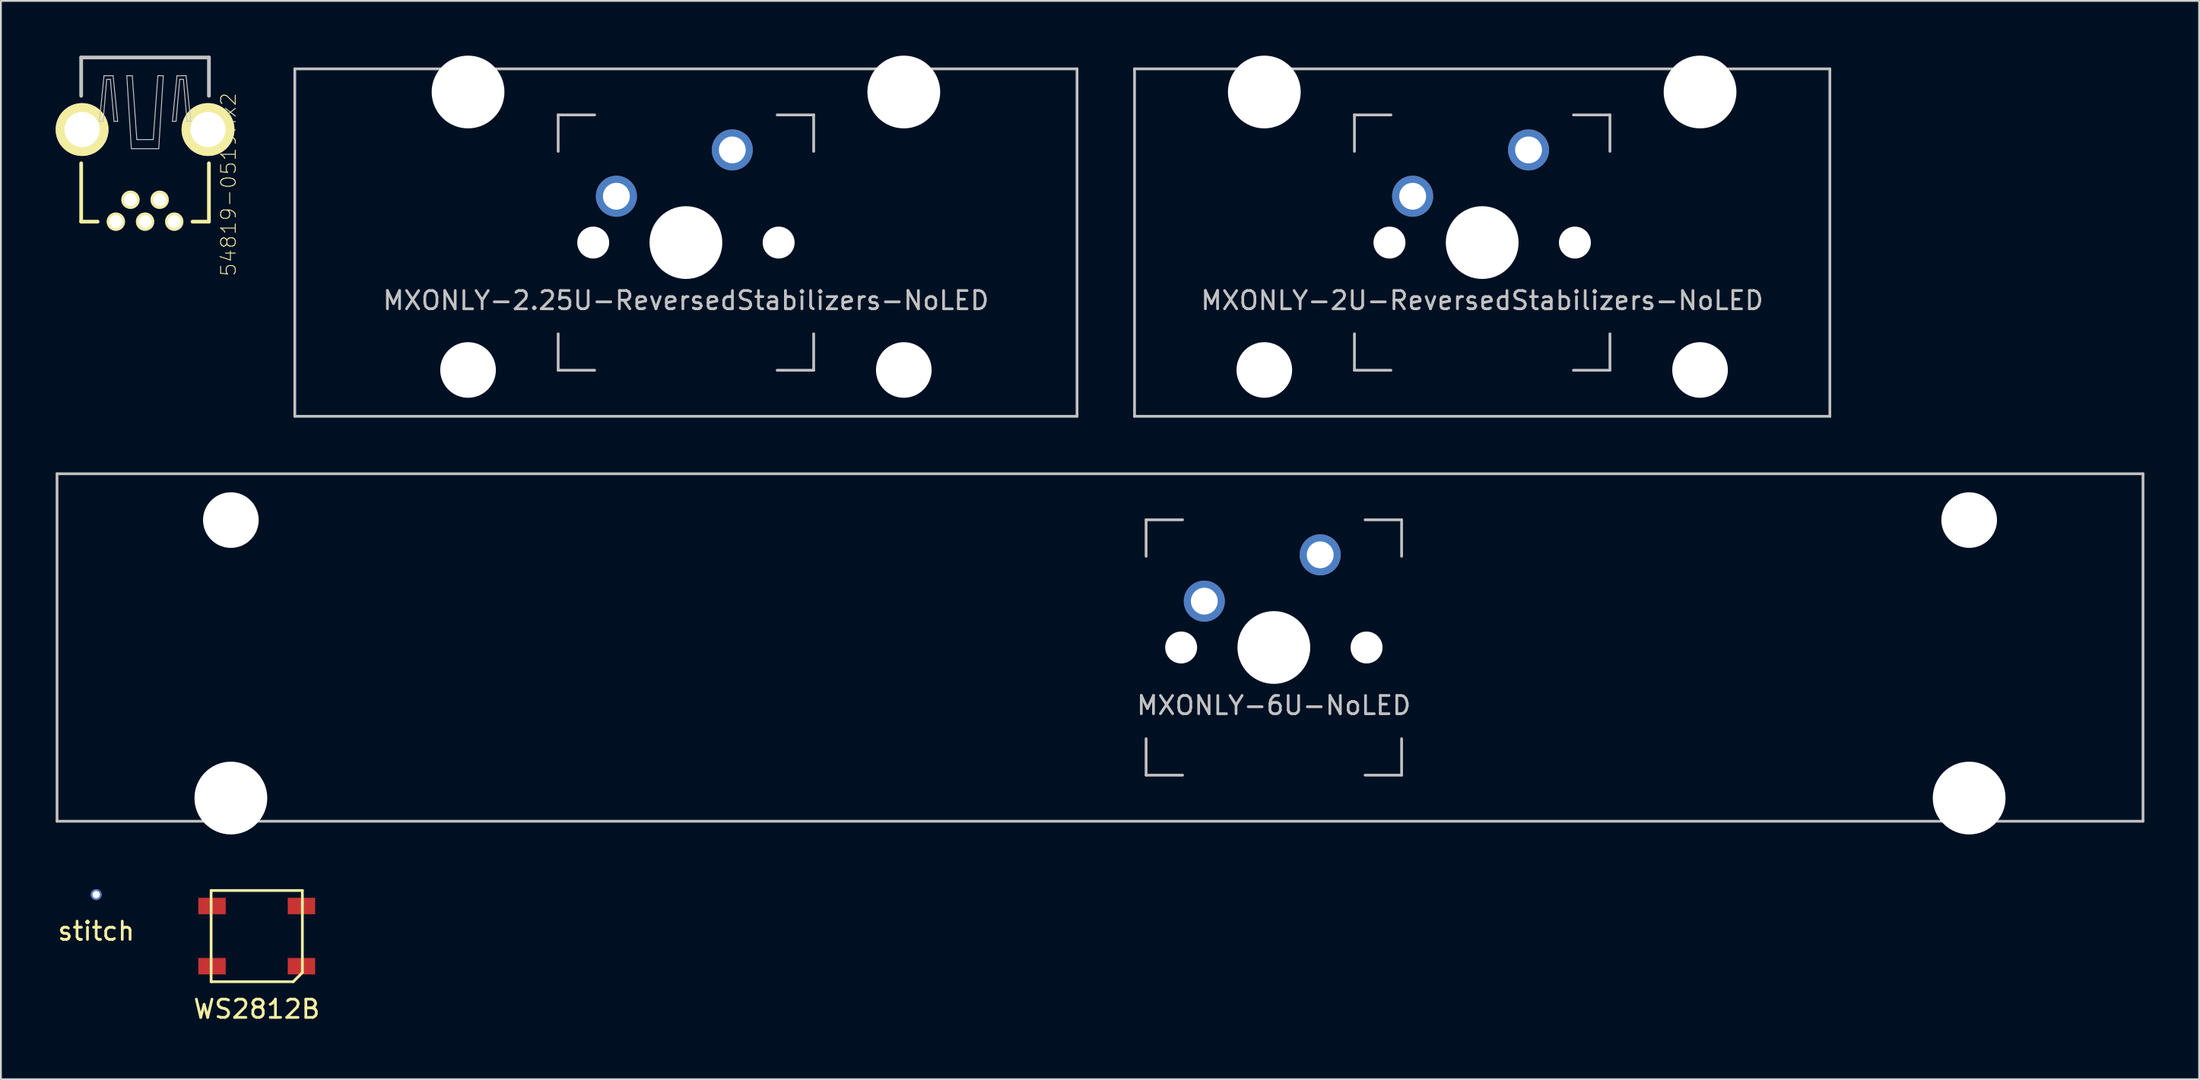
<source format=kicad_pcb>
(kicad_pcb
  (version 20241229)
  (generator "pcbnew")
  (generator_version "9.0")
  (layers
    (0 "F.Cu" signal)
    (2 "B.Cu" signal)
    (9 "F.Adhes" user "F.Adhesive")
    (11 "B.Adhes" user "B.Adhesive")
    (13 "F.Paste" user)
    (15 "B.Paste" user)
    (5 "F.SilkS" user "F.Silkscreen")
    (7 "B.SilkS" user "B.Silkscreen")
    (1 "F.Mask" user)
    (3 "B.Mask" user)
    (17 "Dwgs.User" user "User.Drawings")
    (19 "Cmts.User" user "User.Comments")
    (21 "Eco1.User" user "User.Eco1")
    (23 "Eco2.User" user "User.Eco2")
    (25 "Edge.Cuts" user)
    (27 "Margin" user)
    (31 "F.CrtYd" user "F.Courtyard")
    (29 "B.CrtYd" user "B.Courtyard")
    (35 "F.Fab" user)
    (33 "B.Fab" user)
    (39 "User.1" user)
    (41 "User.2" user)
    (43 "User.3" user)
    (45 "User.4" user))
  (footprint "MXONLY-2U-ReversedStabilizers-NoLED"
    (layer "F.Cu")
    (at 78.166 10.249)
    (property "Reference" "MXONLY-2U-ReversedStabilizers-NoLED" (at 0 3.175 0) (layer "Dwgs.User") (effects (font (size 1 1) (thickness 0.15))))
    (attr through_hole)
    (fp_line (start -19.05 -9.525) (end 19.05 -9.525) (stroke (width 0.15) (type solid)) (layer "Dwgs.User"))
    (fp_line (start -19.05 9.525) (end -19.05 -9.525) (stroke (width 0.15) (type solid)) (layer "Dwgs.User"))
    (fp_line (start -19.05 9.525) (end 19.05 9.525) (stroke (width 0.15) (type solid)) (layer "Dwgs.User"))
    (fp_line (start -7 -7) (end -7 -5) (stroke (width 0.15) (type solid)) (layer "Dwgs.User"))
    (fp_line (start -7 5) (end -7 7) (stroke (width 0.15) (type solid)) (layer "Dwgs.User"))
    (fp_line (start -7 7) (end -5 7) (stroke (width 0.15) (type solid)) (layer "Dwgs.User"))
    (fp_line (start -5 -7) (end -7 -7) (stroke (width 0.15) (type solid)) (layer "Dwgs.User"))
    (fp_line (start 5 -7) (end 7 -7) (stroke (width 0.15) (type solid)) (layer "Dwgs.User"))
    (fp_line (start 5 7) (end 7 7) (stroke (width 0.15) (type solid)) (layer "Dwgs.User"))
    (fp_line (start 7 -7) (end 7 -5) (stroke (width 0.15) (type solid)) (layer "Dwgs.User"))
    (fp_line (start 7 7) (end 7 5) (stroke (width 0.15) (type solid)) (layer "Dwgs.User"))
    (fp_line (start 19.05 -9.525) (end 19.05 9.525) (stroke (width 0.15) (type solid)) (layer "Dwgs.User"))
    (pad "" np_thru_hole circle (at -11.938 -8.255) (size 3.988 3.988) (drill 3.988) (layers "*.Cu" "*.Mask"))
    (pad "" np_thru_hole circle (at -11.938 6.985) (size 3.048 3.048) (drill 3.048) (layers "*.Cu" "*.Mask"))
    (pad "" np_thru_hole circle (at -5.08 0 48.1) (size 1.75 1.75) (drill 1.75) (layers "*.Cu" "*.Mask"))
    (pad "" np_thru_hole circle (at 0 0) (size 3.988 3.988) (drill 3.988) (layers "*.Cu" "*.Mask"))
    (pad "" np_thru_hole circle (at 5.08 0 48.1) (size 1.75 1.75) (drill 1.75) (layers "*.Cu" "*.Mask"))
    (pad "" np_thru_hole circle (at 11.938 -8.255) (size 3.988 3.988) (drill 3.988) (layers "*.Cu" "*.Mask"))
    (pad "" np_thru_hole circle (at 11.938 6.985) (size 3.048 3.048) (drill 3.048) (layers "*.Cu" "*.Mask"))
    (pad "1" thru_hole circle (at 2.54 -5.08) (size 2.25 2.25) (drill 1.47) (layers "*.Cu" "B.Mask"))
    (pad "2" thru_hole circle (at -3.81 -2.54 48.1) (size 2.25 2.25) (drill 1.47) (layers "*.Cu" "B.Mask")))
  (footprint "MXONLY-2.25U-ReversedStabilizers-NoLED"
    (layer "F.Cu")
    (at 34.535 10.249)
    (property "Reference" "MXONLY-2.25U-ReversedStabilizers-NoLED" (at 0 3.175 0) (layer "Dwgs.User") (effects (font (size 1 1) (thickness 0.15))))
    (attr through_hole)
    (fp_line (start -21.431 -9.525) (end 21.431 -9.525) (stroke (width 0.15) (type solid)) (layer "Dwgs.User"))
    (fp_line (start -21.431 9.525) (end -21.431 -9.525) (stroke (width 0.15) (type solid)) (layer "Dwgs.User"))
    (fp_line (start -21.431 9.525) (end 21.431 9.525) (stroke (width 0.15) (type solid)) (layer "Dwgs.User"))
    (fp_line (start -7 -7) (end -7 -5) (stroke (width 0.15) (type solid)) (layer "Dwgs.User"))
    (fp_line (start -7 5) (end -7 7) (stroke (width 0.15) (type solid)) (layer "Dwgs.User"))
    (fp_line (start -7 7) (end -5 7) (stroke (width 0.15) (type solid)) (layer "Dwgs.User"))
    (fp_line (start -5 -7) (end -7 -7) (stroke (width 0.15) (type solid)) (layer "Dwgs.User"))
    (fp_line (start 5 -7) (end 7 -7) (stroke (width 0.15) (type solid)) (layer "Dwgs.User"))
    (fp_line (start 5 7) (end 7 7) (stroke (width 0.15) (type solid)) (layer "Dwgs.User"))
    (fp_line (start 7 -7) (end 7 -5) (stroke (width 0.15) (type solid)) (layer "Dwgs.User"))
    (fp_line (start 7 7) (end 7 5) (stroke (width 0.15) (type solid)) (layer "Dwgs.User"))
    (fp_line (start 21.431 -9.525) (end 21.431 9.525) (stroke (width 0.15) (type solid)) (layer "Dwgs.User"))
    (pad "" np_thru_hole circle (at -11.938 -8.255) (size 3.988 3.988) (drill 3.988) (layers "*.Cu" "*.Mask"))
    (pad "" np_thru_hole circle (at -11.938 6.985) (size 3.048 3.048) (drill 3.048) (layers "*.Cu" "*.Mask"))
    (pad "" np_thru_hole circle (at -5.08 0 48.1) (size 1.75 1.75) (drill 1.75) (layers "*.Cu" "*.Mask"))
    (pad "" np_thru_hole circle (at 0 0) (size 3.988 3.988) (drill 3.988) (layers "*.Cu" "*.Mask"))
    (pad "" np_thru_hole circle (at 5.08 0 48.1) (size 1.75 1.75) (drill 1.75) (layers "*.Cu" "*.Mask"))
    (pad "" np_thru_hole circle (at 11.938 -8.255) (size 3.988 3.988) (drill 3.988) (layers "*.Cu" "*.Mask"))
    (pad "" np_thru_hole circle (at 11.938 6.985) (size 3.048 3.048) (drill 3.048) (layers "*.Cu" "*.Mask"))
    (pad "1" thru_hole circle (at 2.54 -5.08) (size 2.25 2.25) (drill 1.47) (layers "*.Cu" "B.Mask"))
    (pad "2" thru_hole circle (at -3.81 -2.54 48.1) (size 2.25 2.25) (drill 1.47) (layers "*.Cu" "B.Mask")))
  (footprint "54819-0519fix2"
    (layer "F.Cu")
    (at 4.898 9.102)
    (property "Reference" "54819-0519fix2" (at 4.575 -2.033 90) (layer "F.SilkS") (effects (font (size 0.801 0.801) (thickness 0.05))))
    (attr through_hole)
    (fp_line (start -3.5 -3.2) (end -3.5 0) (stroke (width 0.203) (type solid)) (layer "F.SilkS"))
    (fp_line (start -3.5 0) (end -2.6 0) (stroke (width 0.203) (type solid)) (layer "F.SilkS"))
    (fp_line (start 2.6 0) (end 3.5 0) (stroke (width 0.203) (type solid)) (layer "F.SilkS"))
    (fp_line (start 3.5 0) (end 3.5 -3.2) (stroke (width 0.203) (type solid)) (layer "F.SilkS"))
    (fp_line (start -3.5 -9) (end -3.5 -6.9) (stroke (width 0.203) (type solid)) (layer "Dwgs.User"))
    (fp_line (start -3.5 -9) (end 3.5 -9) (stroke (width 0.203) (type solid)) (layer "Dwgs.User"))
    (fp_line (start -2.5 -5.5) (end -2.3 -5.5) (stroke (width 0.051) (type solid)) (layer "Dwgs.User"))
    (fp_line (start -2.3 -5.5) (end -2.1 -7.8) (stroke (width 0.051) (type solid)) (layer "Dwgs.User"))
    (fp_line (start -2.25 -8) (end -2.5 -5.5) (stroke (width 0.051) (type solid)) (layer "Dwgs.User"))
    (fp_line (start -2.25 -8) (end -1.75 -8) (stroke (width 0.051) (type solid)) (layer "Dwgs.User"))
    (fp_line (start -2.1 -7.8) (end -1.9 -7.8) (stroke (width 0.051) (type solid)) (layer "Dwgs.User"))
    (fp_line (start -1.9 -7.8) (end -1.7 -5.5) (stroke (width 0.051) (type solid)) (layer "Dwgs.User"))
    (fp_line (start -1.75 -8) (end -1.5 -5.5) (stroke (width 0.051) (type solid)) (layer "Dwgs.User"))
    (fp_line (start -1.7 -5.5) (end -1.5 -5.5) (stroke (width 0.051) (type solid)) (layer "Dwgs.User"))
    (fp_line (start -0.75 -4) (end -1 -8) (stroke (width 0.051) (type solid)) (layer "Dwgs.User"))
    (fp_line (start -0.75 -4) (end 0.75 -4) (stroke (width 0.051) (type solid)) (layer "Dwgs.User"))
    (fp_line (start -0.7 -8) (end -1 -8) (stroke (width 0.051) (type solid)) (layer "Dwgs.User"))
    (fp_line (start -0.7 -8) (end -0.45 -4.5) (stroke (width 0.051) (type solid)) (layer "Dwgs.User"))
    (fp_line (start -0.45 -4.5) (end 0.45 -4.5) (stroke (width 0.051) (type solid)) (layer "Dwgs.User"))
    (fp_line (start 0.45 -4.5) (end 0.7 -8) (stroke (width 0.051) (type solid)) (layer "Dwgs.User"))
    (fp_line (start 0.7 -8) (end 1 -8) (stroke (width 0.051) (type solid)) (layer "Dwgs.User"))
    (fp_line (start 0.75 -4) (end 1 -8) (stroke (width 0.051) (type solid)) (layer "Dwgs.User"))
    (fp_line (start 1.5 -5.5) (end 1.7 -5.5) (stroke (width 0.051) (type solid)) (layer "Dwgs.User"))
    (fp_line (start 1.7 -5.5) (end 1.9 -7.8) (stroke (width 0.051) (type solid)) (layer "Dwgs.User"))
    (fp_line (start 1.75 -8) (end 1.5 -5.5) (stroke (width 0.051) (type solid)) (layer "Dwgs.User"))
    (fp_line (start 1.75 -8) (end 2.25 -8) (stroke (width 0.051) (type solid)) (layer "Dwgs.User"))
    (fp_line (start 1.9 -7.8) (end 2.1 -7.8) (stroke (width 0.051) (type solid)) (layer "Dwgs.User"))
    (fp_line (start 2.1 -7.8) (end 2.3 -5.5) (stroke (width 0.051) (type solid)) (layer "Dwgs.User"))
    (fp_line (start 2.25 -8) (end 2.5 -5.5) (stroke (width 0.051) (type solid)) (layer "Dwgs.User"))
    (fp_line (start 2.3 -5.5) (end 2.5 -5.5) (stroke (width 0.051) (type solid)) (layer "Dwgs.User"))
    (fp_line (start 3.5 -9) (end 3.5 -6.9) (stroke (width 0.203) (type solid)) (layer "Dwgs.User"))
    (pad "1" thru_hole oval (at 1.6 0 270) (size 1 1) (drill 0.711) (layers "*.Cu" "*.Mask" "F.SilkS"))
    (pad "2" thru_hole oval (at 0.8 -1.2 90) (size 1 1) (drill 0.711) (layers "*.Cu" "*.Mask" "F.SilkS"))
    (pad "3" thru_hole oval (at 0 0 270) (size 1 1) (drill 0.711) (layers "*.Cu" "*.Mask" "F.SilkS"))
    (pad "4" thru_hole oval (at -0.8 -1.2 90) (size 1 1) (drill 0.711) (layers "*.Cu" "*.Mask" "F.SilkS"))
    (pad "5" thru_hole oval (at -1.6 0 270) (size 1 1) (drill 0.711) (layers "*.Cu" "*.Mask" "F.SilkS"))
    (pad "S1" thru_hole circle (at -3.45 -5.05) (size 2.896 2.896) (drill 1.93) (layers "*.Cu" "*.Mask" "F.SilkS"))
    (pad "S2" thru_hole circle (at 3.45 -5.05) (size 2.896 2.896) (drill 1.93) (layers "*.Cu" "*.Mask" "F.SilkS")))
  (footprint "MXONLY-6U-NoLED"
    (layer "F.Cu")
    (at 57.225 32.449)
    (property "Reference" "MXONLY-6U-NoLED" (at 9.525 3.175 0) (layer "Dwgs.User") (effects (font (size 1 1) (thickness 0.15))))
    (attr through_hole)
    (fp_line (start -57.15 -9.525) (end 57.15 -9.525) (stroke (width 0.15) (type solid)) (layer "Dwgs.User"))
    (fp_line (start -57.15 9.525) (end -57.15 -9.525) (stroke (width 0.15) (type solid)) (layer "Dwgs.User"))
    (fp_line (start -57.15 9.525) (end 57.15 9.525) (stroke (width 0.15) (type solid)) (layer "Dwgs.User"))
    (fp_line (start 2.525 -7) (end 2.525 -5) (stroke (width 0.15) (type solid)) (layer "Dwgs.User"))
    (fp_line (start 2.525 5) (end 2.525 7) (stroke (width 0.15) (type solid)) (layer "Dwgs.User"))
    (fp_line (start 2.525 7) (end 4.525 7) (stroke (width 0.15) (type solid)) (layer "Dwgs.User"))
    (fp_line (start 4.525 -7) (end 2.525 -7) (stroke (width 0.15) (type solid)) (layer "Dwgs.User"))
    (fp_line (start 14.525 -7) (end 16.525 -7) (stroke (width 0.15) (type solid)) (layer "Dwgs.User"))
    (fp_line (start 14.525 7) (end 16.525 7) (stroke (width 0.15) (type solid)) (layer "Dwgs.User"))
    (fp_line (start 16.525 -7) (end 16.525 -5) (stroke (width 0.15) (type solid)) (layer "Dwgs.User"))
    (fp_line (start 16.525 7) (end 16.525 5) (stroke (width 0.15) (type solid)) (layer "Dwgs.User"))
    (fp_line (start 57.15 -9.525) (end 57.15 9.525) (stroke (width 0.15) (type solid)) (layer "Dwgs.User"))
    (pad "" np_thru_hole circle (at -47.625 -6.985) (size 3.048 3.048) (drill 3.048) (layers "*.Cu" "*.Mask"))
    (pad "" np_thru_hole circle (at -47.625 8.255) (size 3.988 3.988) (drill 3.988) (layers "*.Cu" "*.Mask"))
    (pad "" np_thru_hole circle (at 4.445 0 48.1) (size 1.75 1.75) (drill 1.75) (layers "*.Cu" "*.Mask"))
    (pad "" np_thru_hole circle (at 9.525 0) (size 3.988 3.988) (drill 3.988) (layers "*.Cu" "*.Mask"))
    (pad "" np_thru_hole circle (at 14.605 0 48.1) (size 1.75 1.75) (drill 1.75) (layers "*.Cu" "*.Mask"))
    (pad "" np_thru_hole circle (at 47.625 -6.985) (size 3.048 3.048) (drill 3.048) (layers "*.Cu" "*.Mask"))
    (pad "" np_thru_hole circle (at 47.625 8.255) (size 3.988 3.988) (drill 3.988) (layers "*.Cu" "*.Mask"))
    (pad "1" thru_hole circle (at 12.065 -5.08) (size 2.25 2.25) (drill 1.47) (layers "*.Cu" "B.Mask"))
    (pad "2" thru_hole circle (at 5.715 -2.54 48.1) (size 2.25 2.25) (drill 1.47) (layers "*.Cu" "B.Mask")))
  (footprint "stitch"
    (layer "F.Cu")
    (at 2.22 45.998)
    (property "Reference" "stitch" (at 0 2 0) (layer "F.SilkS") (effects (font (size 1 1) (thickness 0.15))))
    (attr through_hole)
    (pad "~" thru_hole circle (at 0 0) (size 0.6 0.6) (drill 0.4) (layers "*.Cu")))
  (footprint "WS2812B"
    (layer "F.Cu")
    (at 11.018 48.273)
    (property "Reference" "WS2812B" (at 0 4 0) (layer "F.SilkS") (effects (font (size 1 1) (thickness 0.15))))
    (attr through_hole)
    (fp_line (start -2.5 -2.5) (end -2.5 2.5) (stroke (width 0.15) (type solid)) (layer "F.SilkS"))
    (fp_line (start -2.5 -2.5) (end 2.5 -2.5) (stroke (width 0.15) (type solid)) (layer "F.SilkS"))
    (fp_line (start 2 2.5) (end -2.5 2.5) (stroke (width 0.15) (type solid)) (layer "F.SilkS"))
    (fp_line (start 2.5 -2.5) (end 2.5 2) (stroke (width 0.15) (type solid)) (layer "F.SilkS"))
    (fp_line (start 2.5 2) (end 2 2.5) (stroke (width 0.15) (type solid)) (layer "F.SilkS"))
    (pad "1" smd rect (at -2.45 -1.65) (size 1.5 0.9) (layers "F.Cu" "F.Mask" "F.Paste"))
    (pad "2" smd rect (at -2.45 1.65) (size 1.5 0.9) (layers "F.Cu" "F.Mask" "F.Paste"))
    (pad "3" smd rect (at 2.45 1.65) (size 1.5 0.9) (layers "F.Cu" "F.Mask" "F.Paste"))
    (pad "4" smd rect (at 2.45 -1.65) (size 1.5 0.9) (layers "F.Cu" "F.Mask" "F.Paste")))
  (gr_rect
    (start -3 -3)
    (end 117.45 56.121)
    (stroke (width 0.1) (type default))
    (fill no)
    (layer "Edge.Cuts")))
</source>
